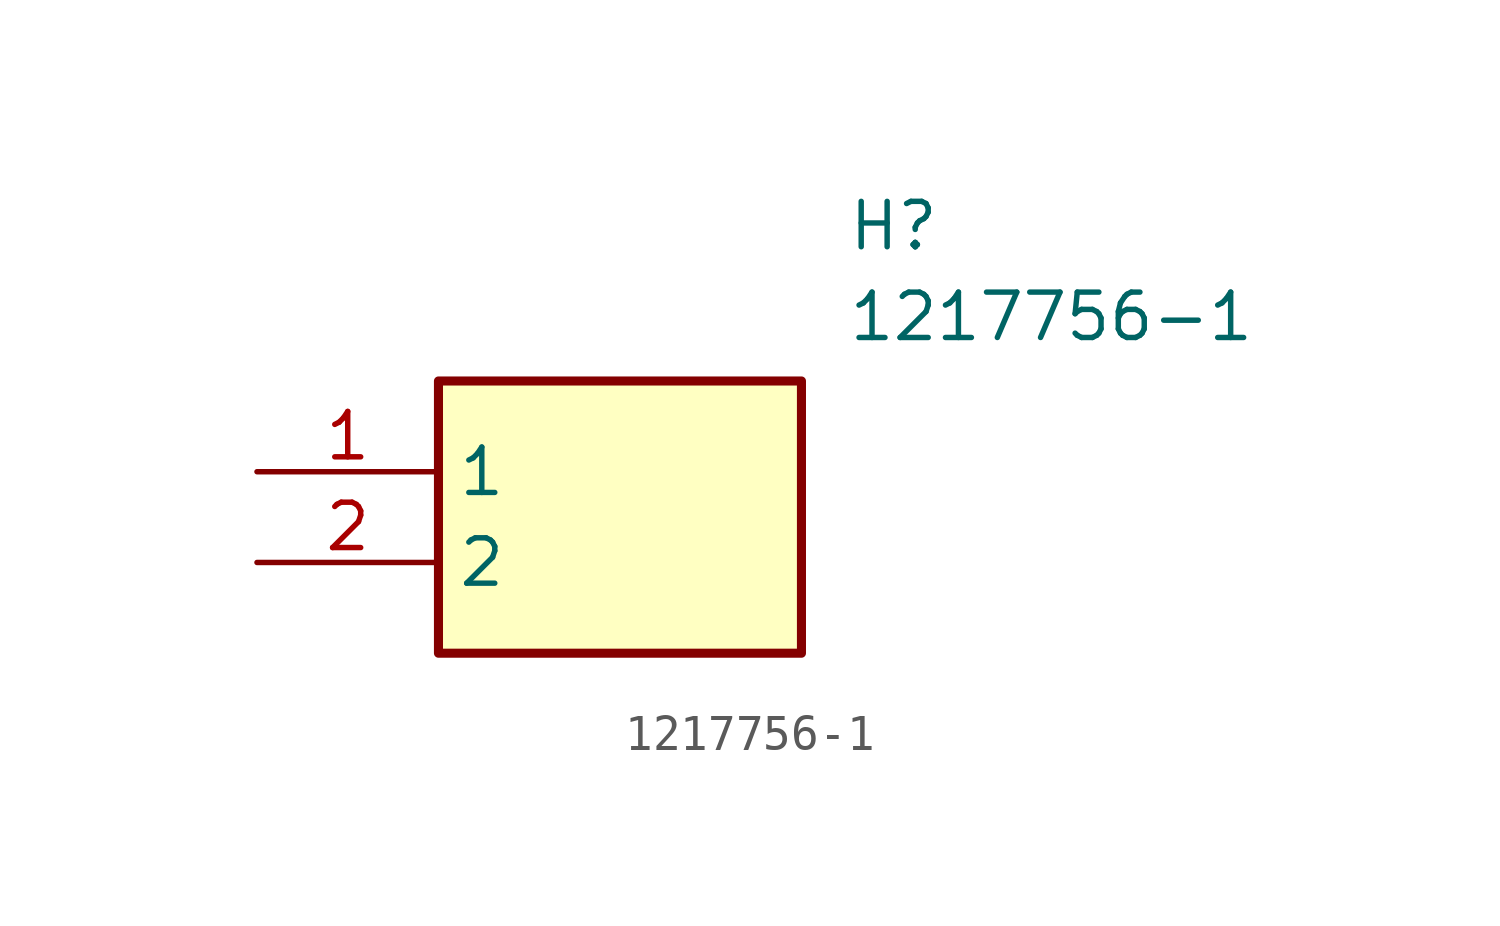
<source format=kicad_sym>
(kicad_symbol_lib
  (version 20211014)
  (generator SamacSys_ECAD_Model)
  (symbol "1217756-1"
    (property "Reference" "H"
      (at 16.51 7.62 0)
      (effects (font (size 1.27 1.27)) (justify left top)))
    (property "Value" "1217756-1"
      (at 16.51 5.08 0)
      (effects (font (size 1.27 1.27)) (justify left top)))
    (rectangle
      (start 5.08 2.54)
      (end 15.24 -5.08)
      (stroke (width 0.254) (type default))
      (fill (type background)))
    (pin passive line
      (at 0 0 0)
      (length 5.08)
      (name "1" (effects (font (size 1.27 1.27))))
      (number "1" (effects (font (size 1.27 1.27)))))
    (pin passive line
      (at 0 -2.54 0)
      (length 5.08)
      (name "2" (effects (font (size 1.27 1.27))))
      (number "2" (effects (font (size 1.27 1.27)))))))
</source>
